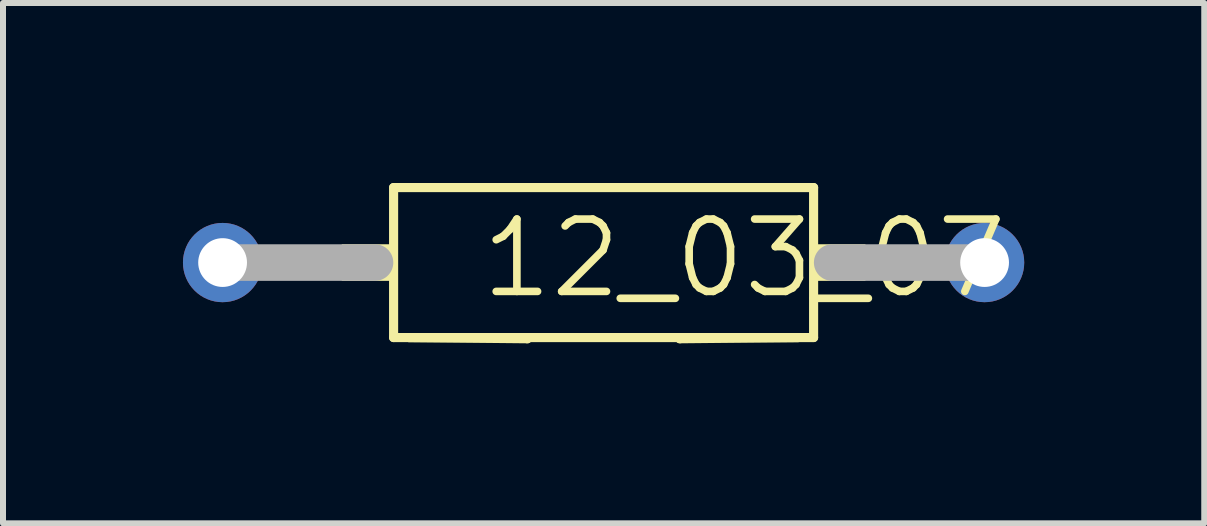
<source format=kicad_pcb>
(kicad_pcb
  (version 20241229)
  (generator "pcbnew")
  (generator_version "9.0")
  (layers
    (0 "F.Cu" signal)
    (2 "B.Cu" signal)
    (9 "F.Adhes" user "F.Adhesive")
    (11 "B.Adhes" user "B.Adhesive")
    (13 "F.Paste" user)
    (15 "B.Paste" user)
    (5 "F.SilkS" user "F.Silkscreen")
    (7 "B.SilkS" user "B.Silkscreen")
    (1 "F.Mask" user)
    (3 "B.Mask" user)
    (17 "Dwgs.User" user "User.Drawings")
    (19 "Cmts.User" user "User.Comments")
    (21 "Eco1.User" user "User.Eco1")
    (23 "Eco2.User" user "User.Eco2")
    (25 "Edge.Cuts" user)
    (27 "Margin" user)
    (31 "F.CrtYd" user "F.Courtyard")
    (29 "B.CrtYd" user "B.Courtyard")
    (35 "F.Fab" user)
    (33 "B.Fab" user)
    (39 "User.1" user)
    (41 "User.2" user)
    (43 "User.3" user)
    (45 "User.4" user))
  (footprint "12_03_07"
    (layer "F.Cu")
    (at 0.66 1.326)
    (property "Reference" "12_03_07" (at 4.247 0.635 0) (layer "F.SilkS") (effects (font (size 1.206 1.206) (thickness 0.127)) (justify left bottom)))
    (attr through_hole)
    (fp_line (start 2.85 1.25) (end 2.85 -1.25) (stroke (width 0.152) (type solid)) (layer "F.SilkS"))
    (fp_line (start 2.85 1.25) (end 5.08 1.25) (stroke (width 0.152) (type solid)) (layer "F.SilkS"))
    (fp_line (start 5.08 1.25) (end 5.08 1.27) (stroke (width 0.152) (type solid)) (layer "F.SilkS"))
    (fp_line (start 5.08 1.27) (end 3.104 1.25) (stroke (width 0.152) (type solid)) (layer "F.SilkS"))
    (fp_line (start 7.62 1.25) (end 9.85 1.25) (stroke (width 0.152) (type solid)) (layer "F.SilkS"))
    (fp_line (start 7.62 1.27) (end 7.62 1.25) (stroke (width 0.152) (type solid)) (layer "F.SilkS"))
    (fp_line (start 9.596 1.25) (end 3.104 1.25) (stroke (width 0.152) (type solid)) (layer "F.SilkS"))
    (fp_line (start 9.596 1.25) (end 7.62 1.27) (stroke (width 0.152) (type solid)) (layer "F.SilkS"))
    (fp_line (start 9.85 -1.25) (end 2.85 -1.25) (stroke (width 0.152) (type solid)) (layer "F.SilkS"))
    (fp_line (start 9.85 1.25) (end 9.85 -1.25) (stroke (width 0.152) (type solid)) (layer "F.SilkS"))
    (fp_poly (pts (xy 1.986 0.305) (xy 2.85 0.305) (xy 2.85 -0.305) (xy 1.986 -0.305)) (stroke (width 0) (type solid)) (fill yes) (layer "F.SilkS"))
    (fp_poly (pts (xy 9.85 0.305) (xy 10.714 0.305) (xy 10.714 -0.305) (xy 9.85 -0.305)) (stroke (width 0) (type solid)) (fill yes) (layer "F.SilkS"))
    (fp_line (start 0 0) (end 2.54 0) (stroke (width 0.61) (type solid)) (layer "F.Fab"))
    (fp_line (start 12.7 0) (end 10.16 0) (stroke (width 0.61) (type solid)) (layer "F.Fab"))
    (pad "1" thru_hole circle (at 0 0) (size 1.321 1.321) (drill 0.813) (layers "*.Cu" "*.Mask"))
    (pad "2" thru_hole circle (at 12.7 0) (size 1.321 1.321) (drill 0.813) (layers "*.Cu" "*.Mask")))
  (gr_rect
    (start -3 -3)
    (end 17.021 5.672)
    (stroke (width 0.1) (type default))
    (fill no)
    (layer "Edge.Cuts")))
</source>
